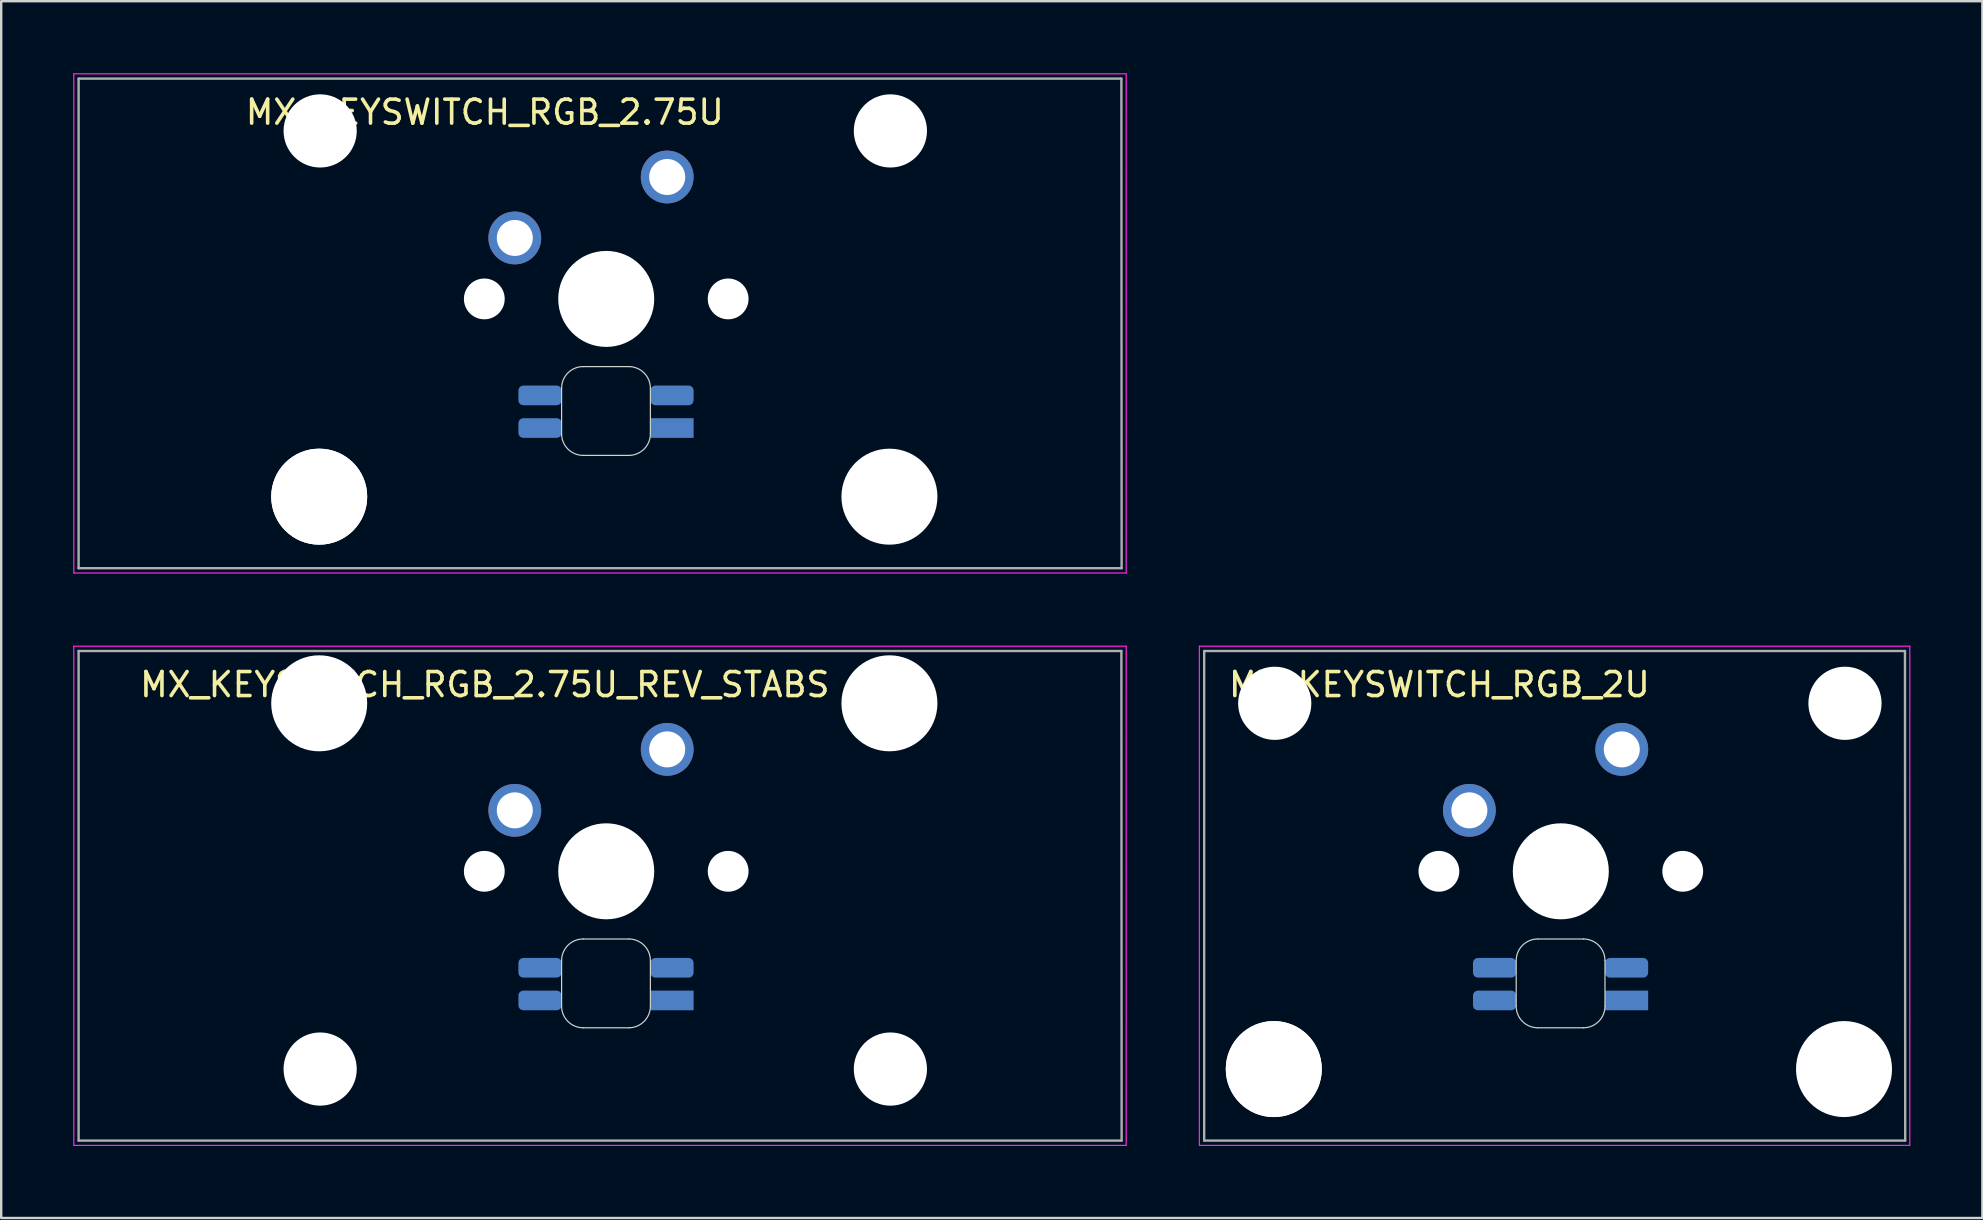
<source format=kicad_pcb>
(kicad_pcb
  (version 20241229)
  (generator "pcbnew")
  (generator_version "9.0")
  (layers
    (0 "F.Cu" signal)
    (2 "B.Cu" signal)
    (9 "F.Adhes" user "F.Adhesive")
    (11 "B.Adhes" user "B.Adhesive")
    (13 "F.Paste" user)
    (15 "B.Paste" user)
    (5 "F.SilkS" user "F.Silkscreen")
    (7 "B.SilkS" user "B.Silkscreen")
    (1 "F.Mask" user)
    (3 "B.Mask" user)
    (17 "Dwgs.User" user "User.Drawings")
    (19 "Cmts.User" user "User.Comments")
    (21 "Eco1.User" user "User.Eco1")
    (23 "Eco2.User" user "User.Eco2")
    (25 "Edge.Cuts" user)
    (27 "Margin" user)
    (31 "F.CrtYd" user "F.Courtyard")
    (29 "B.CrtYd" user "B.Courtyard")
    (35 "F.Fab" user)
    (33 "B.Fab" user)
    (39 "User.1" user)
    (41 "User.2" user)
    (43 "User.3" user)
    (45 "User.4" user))
  (footprint "MX_KEYSWITCH_RGB_2.75U"
    (layer "F.Cu")
    (at 22.15 9.425)
    (property "Reference" "MX_KEYSWITCH_RGB_2.75U" (at -5 -7.8 0) (layer "F.SilkS") (effects (font (size 1 1) (thickness 0.15))))
    (attr through_hole)
    (fp_line (start -1.8 3.7) (end -1.8 5.6) (stroke (width 0.05) (type solid)) (layer "Edge.Cuts"))
    (fp_line (start -0.9 6.5) (end 1 6.5) (stroke (width 0.05) (type solid)) (layer "Edge.Cuts"))
    (fp_line (start 1 2.8) (end -0.9 2.8) (stroke (width 0.05) (type solid)) (layer "Edge.Cuts"))
    (fp_line (start 1.9 5.6) (end 1.9 3.7) (stroke (width 0.05) (type solid)) (layer "Edge.Cuts"))
    (fp_arc (start -1.8 3.7) (mid -1.536396 3.063604) (end -0.9 2.8) (stroke (width 0.05) (type solid)) (layer "Edge.Cuts"))
    (fp_arc (start -0.9 6.5) (mid -1.536396 6.236396) (end -1.8 5.6) (stroke (width 0.05) (type solid)) (layer "Edge.Cuts"))
    (fp_arc (start 1 2.8) (mid 1.636396 3.063604) (end 1.9 3.7) (stroke (width 0.05) (type solid)) (layer "Edge.Cuts"))
    (fp_arc (start 1.9 5.6) (mid 1.636396 6.236396) (end 1 6.5) (stroke (width 0.05) (type solid)) (layer "Edge.Cuts"))
    (fp_line (start -22.125 -9.4) (end 21.725 -9.4) (stroke (width 0.05) (type solid)) (layer "F.CrtYd"))
    (fp_line (start -22.125 11.4) (end -22.125 -9.4) (stroke (width 0.05) (type solid)) (layer "F.CrtYd"))
    (fp_line (start 21.725 -9.4) (end 21.725 11.4) (stroke (width 0.05) (type solid)) (layer "F.CrtYd"))
    (fp_line (start 21.725 11.4) (end -22.125 11.4) (stroke (width 0.05) (type solid)) (layer "F.CrtYd"))
    (fp_line (start -21.925 -9.2) (end 21.525 -9.2) (stroke (width 0.1) (type solid)) (layer "F.Fab"))
    (fp_line (start -21.925 11.2) (end -21.925 -9.2) (stroke (width 0.1) (type solid)) (layer "F.Fab"))
    (fp_line (start 21.525 -9.2) (end 21.535 11.2) (stroke (width 0.1) (type solid)) (layer "F.Fab"))
    (fp_line (start 21.535 11.2) (end -21.925 11.2) (stroke (width 0.1) (type solid)) (layer "F.Fab"))
    (pad "" np_thru_hole circle (at -11.9 8.22) (size 4 4) (drill 4) (layers "*.Cu" "*.Mask"))
    (pad "" np_thru_hole circle (at -11.9 8.22) (size 4 4) (drill 4) (layers "*.Cu" "*.Mask"))
    (pad "" np_thru_hole circle (at -11.86 -7.02) (size 3.05 3.05) (drill 3.05) (layers "*.Cu" "*.Mask"))
    (pad "" np_thru_hole circle (at -5.02 -0.02) (size 1.7 1.7) (drill 1.7) (layers "*.Cu" "*.Mask"))
    (pad "" np_thru_hole circle (at 0.06 -0.02) (size 4 4) (drill 4) (layers "*.Cu" "*.Mask"))
    (pad "" np_thru_hole circle (at 5.14 -0.02) (size 1.7 1.7) (drill 1.7) (layers "*.Cu" "*.Mask"))
    (pad "" np_thru_hole circle (at 11.86 8.22) (size 4 4) (drill 4) (layers "*.Cu" "*.Mask"))
    (pad "" np_thru_hole circle (at 11.9 -7.02) (size 3.05 3.05) (drill 3.05) (layers "*.Cu" "*.Mask"))
    (pad "1" thru_hole circle (at 2.6 -5.1) (size 2.2 2.2) (drill 1.5) (layers "*.Cu" "*.Mask"))
    (pad "2" thru_hole circle (at -3.75 -2.56) (size 2.2 2.2) (drill 1.5) (layers "*.Cu" "*.Mask"))
    (pad "3" smd roundrect (at 2.8 4) (size 1.8 0.82) (layers "B.Cu" "B.Mask" "B.Paste") (roundrect_rratio 0.25))
    (pad "4" smd roundrect (at -2.7 5.36) (size 1.8 0.82) (layers "B.Cu" "B.Mask" "B.Paste") (roundrect_rratio 0.25))
    (pad "5" smd roundrect (at -2.7 4) (size 1.8 0.82) (layers "B.Cu" "B.Mask" "B.Paste") (roundrect_rratio 0.25))
    (pad "6" smd rect (at 2.8 5.36) (size 1.8 0.82) (layers "B.Cu" "B.Mask" "B.Paste")))
  (footprint "MX_KEYSWITCH_RGB_2.75U_REV_STABS"
    (layer "F.Cu")
    (at 22.15 33.275)
    (property "Reference" "MX_KEYSWITCH_RGB_2.75U_REV_STABS" (at -5 -7.8 0) (layer "F.SilkS") (effects (font (size 1 1) (thickness 0.15))))
    (attr through_hole)
    (fp_line (start -1.8 3.7) (end -1.8 5.6) (stroke (width 0.05) (type solid)) (layer "Edge.Cuts"))
    (fp_line (start -0.9 6.5) (end 1 6.5) (stroke (width 0.05) (type solid)) (layer "Edge.Cuts"))
    (fp_line (start 1 2.8) (end -0.9 2.8) (stroke (width 0.05) (type solid)) (layer "Edge.Cuts"))
    (fp_line (start 1.9 5.6) (end 1.9 3.7) (stroke (width 0.05) (type solid)) (layer "Edge.Cuts"))
    (fp_arc (start -1.8 3.7) (mid -1.536396 3.063604) (end -0.9 2.8) (stroke (width 0.05) (type solid)) (layer "Edge.Cuts"))
    (fp_arc (start -0.9 6.5) (mid -1.536396 6.236396) (end -1.8 5.6) (stroke (width 0.05) (type solid)) (layer "Edge.Cuts"))
    (fp_arc (start 1 2.8) (mid 1.636396 3.063604) (end 1.9 3.7) (stroke (width 0.05) (type solid)) (layer "Edge.Cuts"))
    (fp_arc (start 1.9 5.6) (mid 1.636396 6.236396) (end 1 6.5) (stroke (width 0.05) (type solid)) (layer "Edge.Cuts"))
    (fp_line (start -22.125 -9.4) (end 21.725 -9.4) (stroke (width 0.05) (type solid)) (layer "F.CrtYd"))
    (fp_line (start -22.125 11.4) (end -22.125 -9.4) (stroke (width 0.05) (type solid)) (layer "F.CrtYd"))
    (fp_line (start 21.725 -9.4) (end 21.725 11.4) (stroke (width 0.05) (type solid)) (layer "F.CrtYd"))
    (fp_line (start 21.725 11.4) (end -22.125 11.4) (stroke (width 0.05) (type solid)) (layer "F.CrtYd"))
    (fp_line (start -21.925 -9.2) (end 21.525 -9.2) (stroke (width 0.1) (type solid)) (layer "F.Fab"))
    (fp_line (start -21.925 11.2) (end -21.925 -9.2) (stroke (width 0.1) (type solid)) (layer "F.Fab"))
    (fp_line (start 21.525 -9.2) (end 21.535 11.2) (stroke (width 0.1) (type solid)) (layer "F.Fab"))
    (fp_line (start 21.535 11.2) (end -21.925 11.2) (stroke (width 0.1) (type solid)) (layer "F.Fab"))
    (pad "" np_thru_hole circle (at -11.9 -7.02) (size 4 4) (drill 4) (layers "*.Cu" "*.Mask"))
    (pad "" np_thru_hole circle (at -11.86 8.22) (size 3.05 3.05) (drill 3.05) (layers "*.Cu" "*.Mask"))
    (pad "" np_thru_hole circle (at -5.02 -0.02) (size 1.7 1.7) (drill 1.7) (layers "*.Cu" "*.Mask"))
    (pad "" np_thru_hole circle (at 0.06 -0.02) (size 4 4) (drill 4) (layers "*.Cu" "*.Mask"))
    (pad "" np_thru_hole circle (at 5.14 -0.02) (size 1.7 1.7) (drill 1.7) (layers "*.Cu" "*.Mask"))
    (pad "" np_thru_hole circle (at 11.86 -7.02) (size 4 4) (drill 4) (layers "*.Cu" "*.Mask"))
    (pad "" np_thru_hole circle (at 11.9 8.22) (size 3.05 3.05) (drill 3.05) (layers "*.Cu" "*.Mask"))
    (pad "1" thru_hole circle (at 2.6 -5.1) (size 2.2 2.2) (drill 1.5) (layers "*.Cu" "*.Mask"))
    (pad "2" thru_hole circle (at -3.75 -2.56) (size 2.2 2.2) (drill 1.5) (layers "*.Cu" "*.Mask"))
    (pad "3" smd roundrect (at 2.8 4) (size 1.8 0.82) (layers "B.Cu" "B.Mask" "B.Paste") (roundrect_rratio 0.25))
    (pad "4" smd roundrect (at -2.7 5.36) (size 1.8 0.82) (layers "B.Cu" "B.Mask" "B.Paste") (roundrect_rratio 0.25))
    (pad "5" smd roundrect (at -2.7 4) (size 1.8 0.82) (layers "B.Cu" "B.Mask" "B.Paste") (roundrect_rratio 0.25))
    (pad "6" smd rect (at 2.8 5.36) (size 1.8 0.82) (layers "B.Cu" "B.Mask" "B.Paste")))
  (footprint "MX_KEYSWITCH_RGB_2U"
    (layer "F.Cu")
    (at 61.925 33.275)
    (property "Reference" "MX_KEYSWITCH_RGB_2U" (at -5 -7.8 0) (layer "F.SilkS") (effects (font (size 1 1) (thickness 0.15))))
    (attr through_hole)
    (fp_line (start -1.8 3.7) (end -1.8 5.6) (stroke (width 0.05) (type solid)) (layer "Edge.Cuts"))
    (fp_line (start -0.9 6.5) (end 1 6.5) (stroke (width 0.05) (type solid)) (layer "Edge.Cuts"))
    (fp_line (start 1 2.8) (end -0.9 2.8) (stroke (width 0.05) (type solid)) (layer "Edge.Cuts"))
    (fp_line (start 1.9 5.6) (end 1.9 3.7) (stroke (width 0.05) (type solid)) (layer "Edge.Cuts"))
    (fp_arc (start -1.8 3.7) (mid -1.536396 3.063604) (end -0.9 2.8) (stroke (width 0.05) (type solid)) (layer "Edge.Cuts"))
    (fp_arc (start -0.9 6.5) (mid -1.536396 6.236396) (end -1.8 5.6) (stroke (width 0.05) (type solid)) (layer "Edge.Cuts"))
    (fp_arc (start 1 2.8) (mid 1.636396 3.063604) (end 1.9 3.7) (stroke (width 0.05) (type solid)) (layer "Edge.Cuts"))
    (fp_arc (start 1.9 5.6) (mid 1.636396 6.236396) (end 1 6.5) (stroke (width 0.05) (type solid)) (layer "Edge.Cuts"))
    (fp_line (start -15 -9.4) (end 14.6 -9.4) (stroke (width 0.05) (type solid)) (layer "F.CrtYd"))
    (fp_line (start -15 11.4) (end -15 -9.4) (stroke (width 0.05) (type solid)) (layer "F.CrtYd"))
    (fp_line (start 14.6 -9.4) (end 14.6 11.4) (stroke (width 0.05) (type solid)) (layer "F.CrtYd"))
    (fp_line (start 14.6 11.4) (end -15 11.4) (stroke (width 0.05) (type solid)) (layer "F.CrtYd"))
    (fp_line (start -14.8 -9.2) (end 14.4 -9.2) (stroke (width 0.1) (type solid)) (layer "F.Fab"))
    (fp_line (start -14.8 11.2) (end -14.8 -9.2) (stroke (width 0.1) (type solid)) (layer "F.Fab"))
    (fp_line (start 14.4 -9.2) (end 14.41 11.2) (stroke (width 0.1) (type solid)) (layer "F.Fab"))
    (fp_line (start 14.41 11.2) (end -14.8 11.2) (stroke (width 0.1) (type solid)) (layer "F.Fab"))
    (pad "" np_thru_hole circle (at -11.9 8.22) (size 4 4) (drill 4) (layers "*.Cu" "*.Mask"))
    (pad "" np_thru_hole circle (at -11.9 8.22) (size 4 4) (drill 4) (layers "*.Cu" "*.Mask"))
    (pad "" np_thru_hole circle (at -11.86 -7.02) (size 3.05 3.05) (drill 3.05) (layers "*.Cu" "*.Mask"))
    (pad "" np_thru_hole circle (at -5.02 -0.02) (size 1.7 1.7) (drill 1.7) (layers "*.Cu" "*.Mask"))
    (pad "" np_thru_hole circle (at 0.06 -0.02) (size 4 4) (drill 4) (layers "*.Cu" "*.Mask"))
    (pad "" np_thru_hole circle (at 5.14 -0.02) (size 1.7 1.7) (drill 1.7) (layers "*.Cu" "*.Mask"))
    (pad "" np_thru_hole circle (at 11.86 8.22) (size 4 4) (drill 4) (layers "*.Cu" "*.Mask"))
    (pad "" np_thru_hole circle (at 11.9 -7.02) (size 3.05 3.05) (drill 3.05) (layers "*.Cu" "*.Mask"))
    (pad "1" thru_hole circle (at 2.6 -5.1) (size 2.2 2.2) (drill 1.5) (layers "*.Cu" "*.Mask"))
    (pad "2" thru_hole circle (at -3.75 -2.56) (size 2.2 2.2) (drill 1.5) (layers "*.Cu" "*.Mask"))
    (pad "3" smd roundrect (at 2.8 4) (size 1.8 0.82) (layers "B.Cu" "B.Mask" "B.Paste") (roundrect_rratio 0.25))
    (pad "4" smd roundrect (at -2.7 5.36) (size 1.8 0.82) (layers "B.Cu" "B.Mask" "B.Paste") (roundrect_rratio 0.25))
    (pad "5" smd roundrect (at -2.7 4) (size 1.8 0.82) (layers "B.Cu" "B.Mask" "B.Paste") (roundrect_rratio 0.25))
    (pad "6" smd rect (at 2.8 5.36) (size 1.8 0.82) (layers "B.Cu" "B.Mask" "B.Paste")))
  (gr_rect
    (start -3 -3)
    (end 79.55 47.7)
    (stroke (width 0.1) (type default))
    (fill no)
    (layer "Edge.Cuts")))
</source>
